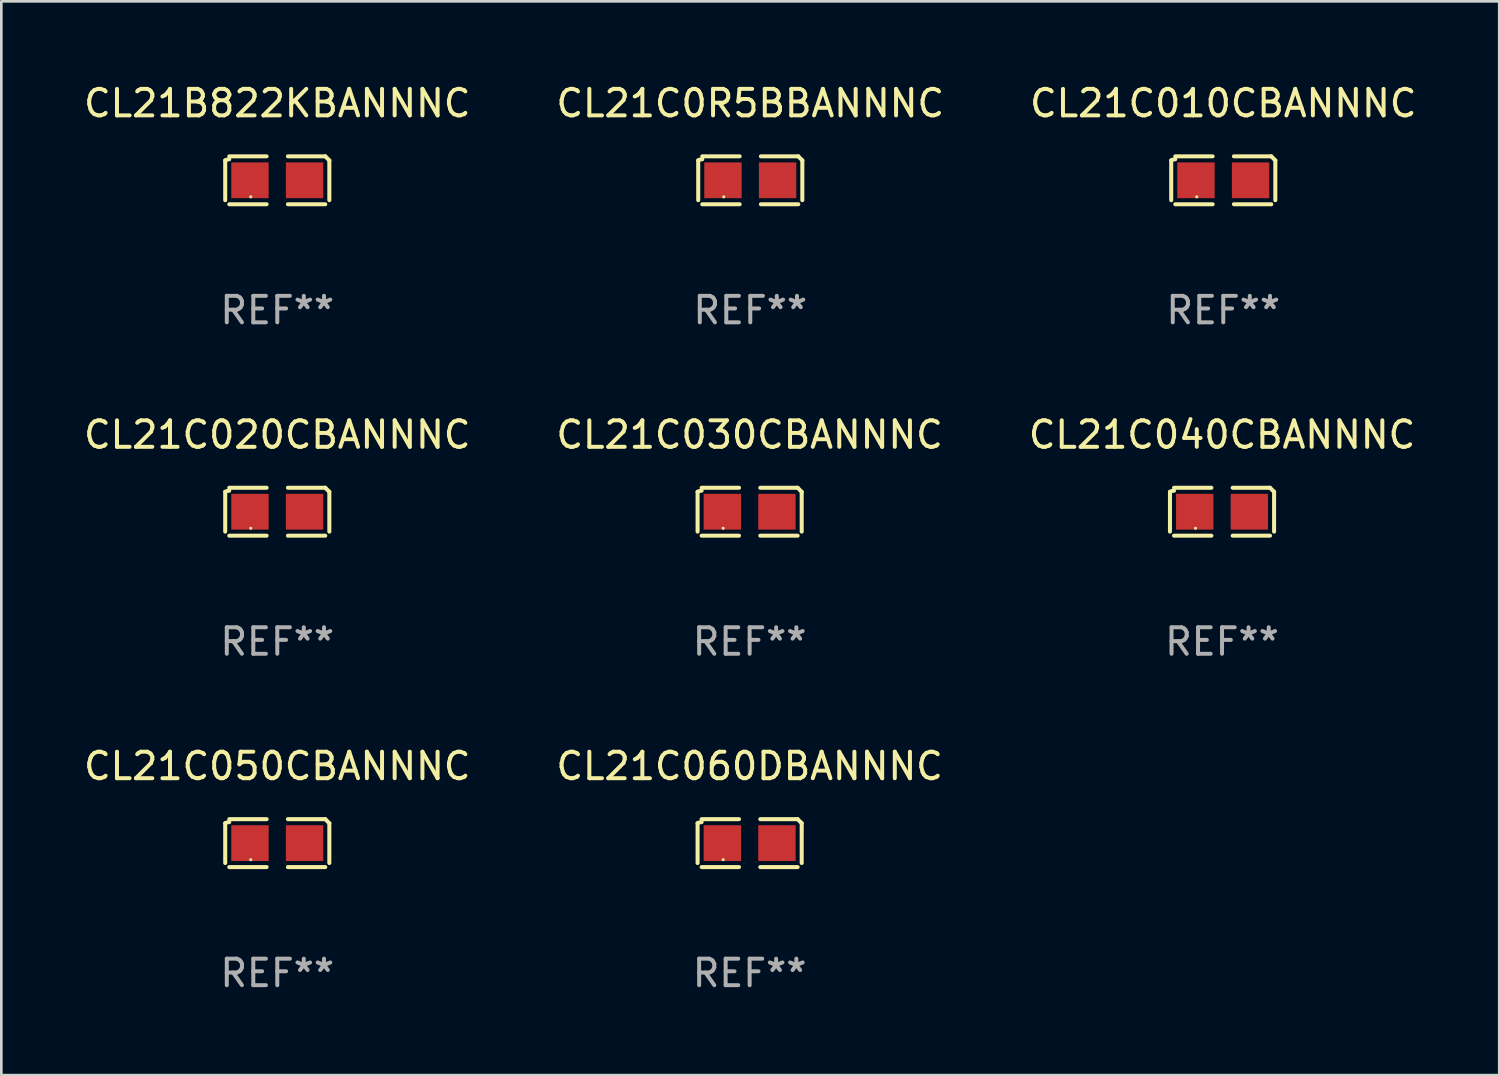
<source format=kicad_pcb>
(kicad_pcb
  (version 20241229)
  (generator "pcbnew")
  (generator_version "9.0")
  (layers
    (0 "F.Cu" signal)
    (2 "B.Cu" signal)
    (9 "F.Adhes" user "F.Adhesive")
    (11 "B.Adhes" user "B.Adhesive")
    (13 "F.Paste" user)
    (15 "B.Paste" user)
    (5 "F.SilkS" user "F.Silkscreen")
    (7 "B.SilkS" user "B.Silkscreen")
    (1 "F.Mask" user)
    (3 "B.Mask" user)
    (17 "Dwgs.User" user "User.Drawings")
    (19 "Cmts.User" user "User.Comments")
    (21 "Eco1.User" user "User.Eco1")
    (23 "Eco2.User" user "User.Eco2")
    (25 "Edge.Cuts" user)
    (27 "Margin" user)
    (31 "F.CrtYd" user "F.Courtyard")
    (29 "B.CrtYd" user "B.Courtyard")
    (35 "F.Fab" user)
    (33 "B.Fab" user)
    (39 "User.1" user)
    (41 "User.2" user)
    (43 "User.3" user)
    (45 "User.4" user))
  (footprint "CL21C0R5BBANNNC"
    (layer "F.Cu")
    (at 25.256 3.752)
    (property "Reference" "CL21C0R5BBANNNC" (at 0 -2.904 0) (layer "F.SilkS") (effects (font (size 1 1) (thickness 0.15))))
    (attr through_hole)
    (fp_line (start -1.964 0.751) (end -1.964 -0.751) (stroke (width 0.152) (type solid)) (layer "F.SilkS"))
    (fp_line (start -1.811 -0.904) (end -0.401 -0.904) (stroke (width 0.152) (type solid)) (layer "F.SilkS"))
    (fp_line (start -0.401 0.904) (end -1.811 0.904) (stroke (width 0.152) (type solid)) (layer "F.SilkS"))
    (fp_line (start 0.401 0.904) (end 1.811 0.904) (stroke (width 0.152) (type solid)) (layer "F.SilkS"))
    (fp_line (start 1.811 -0.904) (end 0.401 -0.904) (stroke (width 0.152) (type solid)) (layer "F.SilkS"))
    (fp_line (start 1.964 0.751) (end 1.964 -0.751) (stroke (width 0.152) (type solid)) (layer "F.SilkS"))
    (fp_arc (start -1.963602 -0.751207) (mid -1.890354 -0.783131) (end -1.811201 -0.794044) (stroke (width 0.1524) (type solid)) (layer "F.SilkS"))
    (fp_arc (start 1.811202 -0.903607) (mid 1.887413 -0.827418) (end 1.963602 -0.751207) (stroke (width 0.1524) (type solid)) (layer "F.SilkS"))
    (fp_circle (center -1 0.625) (end -0.97 0.625) (stroke (width 0.06) (type solid)) (fill no) (layer "F.SilkS"))
    (fp_text user "REF**" (at 0 4.904 0) (layer "F.Fab") (effects (font (size 1 1) (thickness 0.15))))
    (pad "1" smd rect (at -1.03 0) (size 1.41 1.35) (layers "F.Cu" "F.Mask" "F.Paste"))
    (pad "2" smd rect (at 1.03 0) (size 1.41 1.35) (layers "F.Cu" "F.Mask" "F.Paste")))
  (footprint "CL21C020CBANNNC"
    (layer "F.Cu")
    (at 7.411 16.256)
    (property "Reference" "CL21C020CBANNNC" (at 0 -2.904 0) (layer "F.SilkS") (effects (font (size 1 1) (thickness 0.15))))
    (attr through_hole)
    (fp_line (start -1.964 0.751) (end -1.964 -0.751) (stroke (width 0.152) (type solid)) (layer "F.SilkS"))
    (fp_line (start -1.811 -0.904) (end -0.401 -0.904) (stroke (width 0.152) (type solid)) (layer "F.SilkS"))
    (fp_line (start -0.401 0.904) (end -1.811 0.904) (stroke (width 0.152) (type solid)) (layer "F.SilkS"))
    (fp_line (start 0.401 0.904) (end 1.811 0.904) (stroke (width 0.152) (type solid)) (layer "F.SilkS"))
    (fp_line (start 1.811 -0.904) (end 0.401 -0.904) (stroke (width 0.152) (type solid)) (layer "F.SilkS"))
    (fp_line (start 1.964 0.751) (end 1.964 -0.751) (stroke (width 0.152) (type solid)) (layer "F.SilkS"))
    (fp_arc (start -1.963602 -0.751207) (mid -1.890354 -0.783131) (end -1.811201 -0.794044) (stroke (width 0.1524) (type solid)) (layer "F.SilkS"))
    (fp_arc (start 1.811202 -0.903607) (mid 1.887413 -0.827418) (end 1.963602 -0.751207) (stroke (width 0.1524) (type solid)) (layer "F.SilkS"))
    (fp_circle (center -1 0.625) (end -0.97 0.625) (stroke (width 0.06) (type solid)) (fill no) (layer "F.SilkS"))
    (fp_text user "REF**" (at 0 4.904 0) (layer "F.Fab") (effects (font (size 1 1) (thickness 0.15))))
    (pad "1" smd rect (at -1.03 0) (size 1.41 1.35) (layers "F.Cu" "F.Mask" "F.Paste"))
    (pad "2" smd rect (at 1.03 0) (size 1.41 1.35) (layers "F.Cu" "F.Mask" "F.Paste")))
  (footprint "CL21B822KBANNNC"
    (layer "F.Cu")
    (at 7.411 3.752)
    (property "Reference" "CL21B822KBANNNC" (at 0 -2.904 0) (layer "F.SilkS") (effects (font (size 1 1) (thickness 0.15))))
    (attr through_hole)
    (fp_line (start -1.964 0.751) (end -1.964 -0.751) (stroke (width 0.152) (type solid)) (layer "F.SilkS"))
    (fp_line (start -1.811 -0.904) (end -0.401 -0.904) (stroke (width 0.152) (type solid)) (layer "F.SilkS"))
    (fp_line (start -0.401 0.904) (end -1.811 0.904) (stroke (width 0.152) (type solid)) (layer "F.SilkS"))
    (fp_line (start 0.401 0.904) (end 1.811 0.904) (stroke (width 0.152) (type solid)) (layer "F.SilkS"))
    (fp_line (start 1.811 -0.904) (end 0.401 -0.904) (stroke (width 0.152) (type solid)) (layer "F.SilkS"))
    (fp_line (start 1.964 0.751) (end 1.964 -0.751) (stroke (width 0.152) (type solid)) (layer "F.SilkS"))
    (fp_arc (start -1.963602 -0.751207) (mid -1.890354 -0.783131) (end -1.811201 -0.794044) (stroke (width 0.1524) (type solid)) (layer "F.SilkS"))
    (fp_arc (start 1.811202 -0.903607) (mid 1.887413 -0.827418) (end 1.963602 -0.751207) (stroke (width 0.1524) (type solid)) (layer "F.SilkS"))
    (fp_circle (center -1 0.625) (end -0.97 0.625) (stroke (width 0.06) (type solid)) (fill no) (layer "F.SilkS"))
    (fp_text user "REF**" (at 0 4.904 0) (layer "F.Fab") (effects (font (size 1 1) (thickness 0.15))))
    (pad "1" smd rect (at -1.03 0) (size 1.41 1.35) (layers "F.Cu" "F.Mask" "F.Paste"))
    (pad "2" smd rect (at 1.03 0) (size 1.41 1.35) (layers "F.Cu" "F.Mask" "F.Paste")))
  (footprint "CL21C030CBANNNC"
    (layer "F.Cu")
    (at 25.232 16.256)
    (property "Reference" "CL21C030CBANNNC" (at 0 -2.904 0) (layer "F.SilkS") (effects (font (size 1 1) (thickness 0.15))))
    (attr through_hole)
    (fp_line (start -1.964 0.751) (end -1.964 -0.751) (stroke (width 0.152) (type solid)) (layer "F.SilkS"))
    (fp_line (start -1.811 -0.904) (end -0.401 -0.904) (stroke (width 0.152) (type solid)) (layer "F.SilkS"))
    (fp_line (start -0.401 0.904) (end -1.811 0.904) (stroke (width 0.152) (type solid)) (layer "F.SilkS"))
    (fp_line (start 0.401 0.904) (end 1.811 0.904) (stroke (width 0.152) (type solid)) (layer "F.SilkS"))
    (fp_line (start 1.811 -0.904) (end 0.401 -0.904) (stroke (width 0.152) (type solid)) (layer "F.SilkS"))
    (fp_line (start 1.964 0.751) (end 1.964 -0.751) (stroke (width 0.152) (type solid)) (layer "F.SilkS"))
    (fp_arc (start -1.963602 -0.751207) (mid -1.890354 -0.783131) (end -1.811201 -0.794044) (stroke (width 0.1524) (type solid)) (layer "F.SilkS"))
    (fp_arc (start 1.811202 -0.903607) (mid 1.887413 -0.827418) (end 1.963602 -0.751207) (stroke (width 0.1524) (type solid)) (layer "F.SilkS"))
    (fp_circle (center -1 0.625) (end -0.97 0.625) (stroke (width 0.06) (type solid)) (fill no) (layer "F.SilkS"))
    (fp_text user "REF**" (at 0 4.904 0) (layer "F.Fab") (effects (font (size 1 1) (thickness 0.15))))
    (pad "1" smd rect (at -1.03 0) (size 1.41 1.35) (layers "F.Cu" "F.Mask" "F.Paste"))
    (pad "2" smd rect (at 1.03 0) (size 1.41 1.35) (layers "F.Cu" "F.Mask" "F.Paste")))
  (footprint "CL21C010CBANNNC"
    (layer "F.Cu")
    (at 43.101 3.752)
    (property "Reference" "CL21C010CBANNNC" (at 0 -2.904 0) (layer "F.SilkS") (effects (font (size 1 1) (thickness 0.15))))
    (attr through_hole)
    (fp_line (start -1.964 0.751) (end -1.964 -0.751) (stroke (width 0.152) (type solid)) (layer "F.SilkS"))
    (fp_line (start -1.811 -0.904) (end -0.401 -0.904) (stroke (width 0.152) (type solid)) (layer "F.SilkS"))
    (fp_line (start -0.401 0.904) (end -1.811 0.904) (stroke (width 0.152) (type solid)) (layer "F.SilkS"))
    (fp_line (start 0.401 0.904) (end 1.811 0.904) (stroke (width 0.152) (type solid)) (layer "F.SilkS"))
    (fp_line (start 1.811 -0.904) (end 0.401 -0.904) (stroke (width 0.152) (type solid)) (layer "F.SilkS"))
    (fp_line (start 1.964 0.751) (end 1.964 -0.751) (stroke (width 0.152) (type solid)) (layer "F.SilkS"))
    (fp_arc (start -1.963602 -0.751207) (mid -1.890354 -0.783131) (end -1.811201 -0.794044) (stroke (width 0.1524) (type solid)) (layer "F.SilkS"))
    (fp_arc (start 1.811202 -0.903607) (mid 1.887413 -0.827418) (end 1.963602 -0.751207) (stroke (width 0.1524) (type solid)) (layer "F.SilkS"))
    (fp_circle (center -1 0.625) (end -0.97 0.625) (stroke (width 0.06) (type solid)) (fill no) (layer "F.SilkS"))
    (fp_text user "REF**" (at 0 4.904 0) (layer "F.Fab") (effects (font (size 1 1) (thickness 0.15))))
    (pad "1" smd rect (at -1.03 0) (size 1.41 1.35) (layers "F.Cu" "F.Mask" "F.Paste"))
    (pad "2" smd rect (at 1.03 0) (size 1.41 1.35) (layers "F.Cu" "F.Mask" "F.Paste")))
  (footprint "CL21C040CBANNNC"
    (layer "F.Cu")
    (at 43.054 16.256)
    (property "Reference" "CL21C040CBANNNC" (at 0 -2.904 0) (layer "F.SilkS") (effects (font (size 1 1) (thickness 0.15))))
    (attr through_hole)
    (fp_line (start -1.964 0.751) (end -1.964 -0.751) (stroke (width 0.152) (type solid)) (layer "F.SilkS"))
    (fp_line (start -1.811 -0.904) (end -0.401 -0.904) (stroke (width 0.152) (type solid)) (layer "F.SilkS"))
    (fp_line (start -0.401 0.904) (end -1.811 0.904) (stroke (width 0.152) (type solid)) (layer "F.SilkS"))
    (fp_line (start 0.401 0.904) (end 1.811 0.904) (stroke (width 0.152) (type solid)) (layer "F.SilkS"))
    (fp_line (start 1.811 -0.904) (end 0.401 -0.904) (stroke (width 0.152) (type solid)) (layer "F.SilkS"))
    (fp_line (start 1.964 0.751) (end 1.964 -0.751) (stroke (width 0.152) (type solid)) (layer "F.SilkS"))
    (fp_arc (start -1.963602 -0.751207) (mid -1.890354 -0.783131) (end -1.811201 -0.794044) (stroke (width 0.1524) (type solid)) (layer "F.SilkS"))
    (fp_arc (start 1.811202 -0.903607) (mid 1.887413 -0.827418) (end 1.963602 -0.751207) (stroke (width 0.1524) (type solid)) (layer "F.SilkS"))
    (fp_circle (center -1 0.625) (end -0.97 0.625) (stroke (width 0.06) (type solid)) (fill no) (layer "F.SilkS"))
    (fp_text user "REF**" (at 0 4.904 0) (layer "F.Fab") (effects (font (size 1 1) (thickness 0.15))))
    (pad "1" smd rect (at -1.03 0) (size 1.41 1.35) (layers "F.Cu" "F.Mask" "F.Paste"))
    (pad "2" smd rect (at 1.03 0) (size 1.41 1.35) (layers "F.Cu" "F.Mask" "F.Paste")))
  (footprint "CL21C050CBANNNC"
    (layer "F.Cu")
    (at 7.411 28.759)
    (property "Reference" "CL21C050CBANNNC" (at 0 -2.904 0) (layer "F.SilkS") (effects (font (size 1 1) (thickness 0.15))))
    (attr through_hole)
    (fp_line (start -1.964 0.751) (end -1.964 -0.751) (stroke (width 0.152) (type solid)) (layer "F.SilkS"))
    (fp_line (start -1.811 -0.904) (end -0.401 -0.904) (stroke (width 0.152) (type solid)) (layer "F.SilkS"))
    (fp_line (start -0.401 0.904) (end -1.811 0.904) (stroke (width 0.152) (type solid)) (layer "F.SilkS"))
    (fp_line (start 0.401 0.904) (end 1.811 0.904) (stroke (width 0.152) (type solid)) (layer "F.SilkS"))
    (fp_line (start 1.811 -0.904) (end 0.401 -0.904) (stroke (width 0.152) (type solid)) (layer "F.SilkS"))
    (fp_line (start 1.964 0.751) (end 1.964 -0.751) (stroke (width 0.152) (type solid)) (layer "F.SilkS"))
    (fp_arc (start -1.963602 -0.751207) (mid -1.890354 -0.783131) (end -1.811201 -0.794044) (stroke (width 0.1524) (type solid)) (layer "F.SilkS"))
    (fp_arc (start 1.811202 -0.903607) (mid 1.887413 -0.827418) (end 1.963602 -0.751207) (stroke (width 0.1524) (type solid)) (layer "F.SilkS"))
    (fp_circle (center -1 0.625) (end -0.97 0.625) (stroke (width 0.06) (type solid)) (fill no) (layer "F.SilkS"))
    (fp_text user "REF**" (at 0 4.904 0) (layer "F.Fab") (effects (font (size 1 1) (thickness 0.15))))
    (pad "1" smd rect (at -1.03 0) (size 1.41 1.35) (layers "F.Cu" "F.Mask" "F.Paste"))
    (pad "2" smd rect (at 1.03 0) (size 1.41 1.35) (layers "F.Cu" "F.Mask" "F.Paste")))
  (footprint "CL21C060DBANNNC"
    (layer "F.Cu")
    (at 25.232 28.759)
    (property "Reference" "CL21C060DBANNNC" (at 0 -2.904 0) (layer "F.SilkS") (effects (font (size 1 1) (thickness 0.15))))
    (attr through_hole)
    (fp_line (start -1.964 0.751) (end -1.964 -0.751) (stroke (width 0.152) (type solid)) (layer "F.SilkS"))
    (fp_line (start -1.811 -0.904) (end -0.401 -0.904) (stroke (width 0.152) (type solid)) (layer "F.SilkS"))
    (fp_line (start -0.401 0.904) (end -1.811 0.904) (stroke (width 0.152) (type solid)) (layer "F.SilkS"))
    (fp_line (start 0.401 0.904) (end 1.811 0.904) (stroke (width 0.152) (type solid)) (layer "F.SilkS"))
    (fp_line (start 1.811 -0.904) (end 0.401 -0.904) (stroke (width 0.152) (type solid)) (layer "F.SilkS"))
    (fp_line (start 1.964 0.751) (end 1.964 -0.751) (stroke (width 0.152) (type solid)) (layer "F.SilkS"))
    (fp_arc (start -1.963602 -0.751207) (mid -1.890354 -0.783131) (end -1.811201 -0.794044) (stroke (width 0.1524) (type solid)) (layer "F.SilkS"))
    (fp_arc (start 1.811202 -0.903607) (mid 1.887413 -0.827418) (end 1.963602 -0.751207) (stroke (width 0.1524) (type solid)) (layer "F.SilkS"))
    (fp_circle (center -1 0.625) (end -0.97 0.625) (stroke (width 0.06) (type solid)) (fill no) (layer "F.SilkS"))
    (fp_text user "REF**" (at 0 4.904 0) (layer "F.Fab") (effects (font (size 1 1) (thickness 0.15))))
    (pad "1" smd rect (at -1.03 0) (size 1.41 1.35) (layers "F.Cu" "F.Mask" "F.Paste"))
    (pad "2" smd rect (at 1.03 0) (size 1.41 1.35) (layers "F.Cu" "F.Mask" "F.Paste")))
  (gr_rect
    (start -3 -3)
    (end 53.512 37.511)
    (stroke (width 0.1) (type default))
    (fill no)
    (layer "Edge.Cuts")))
</source>
